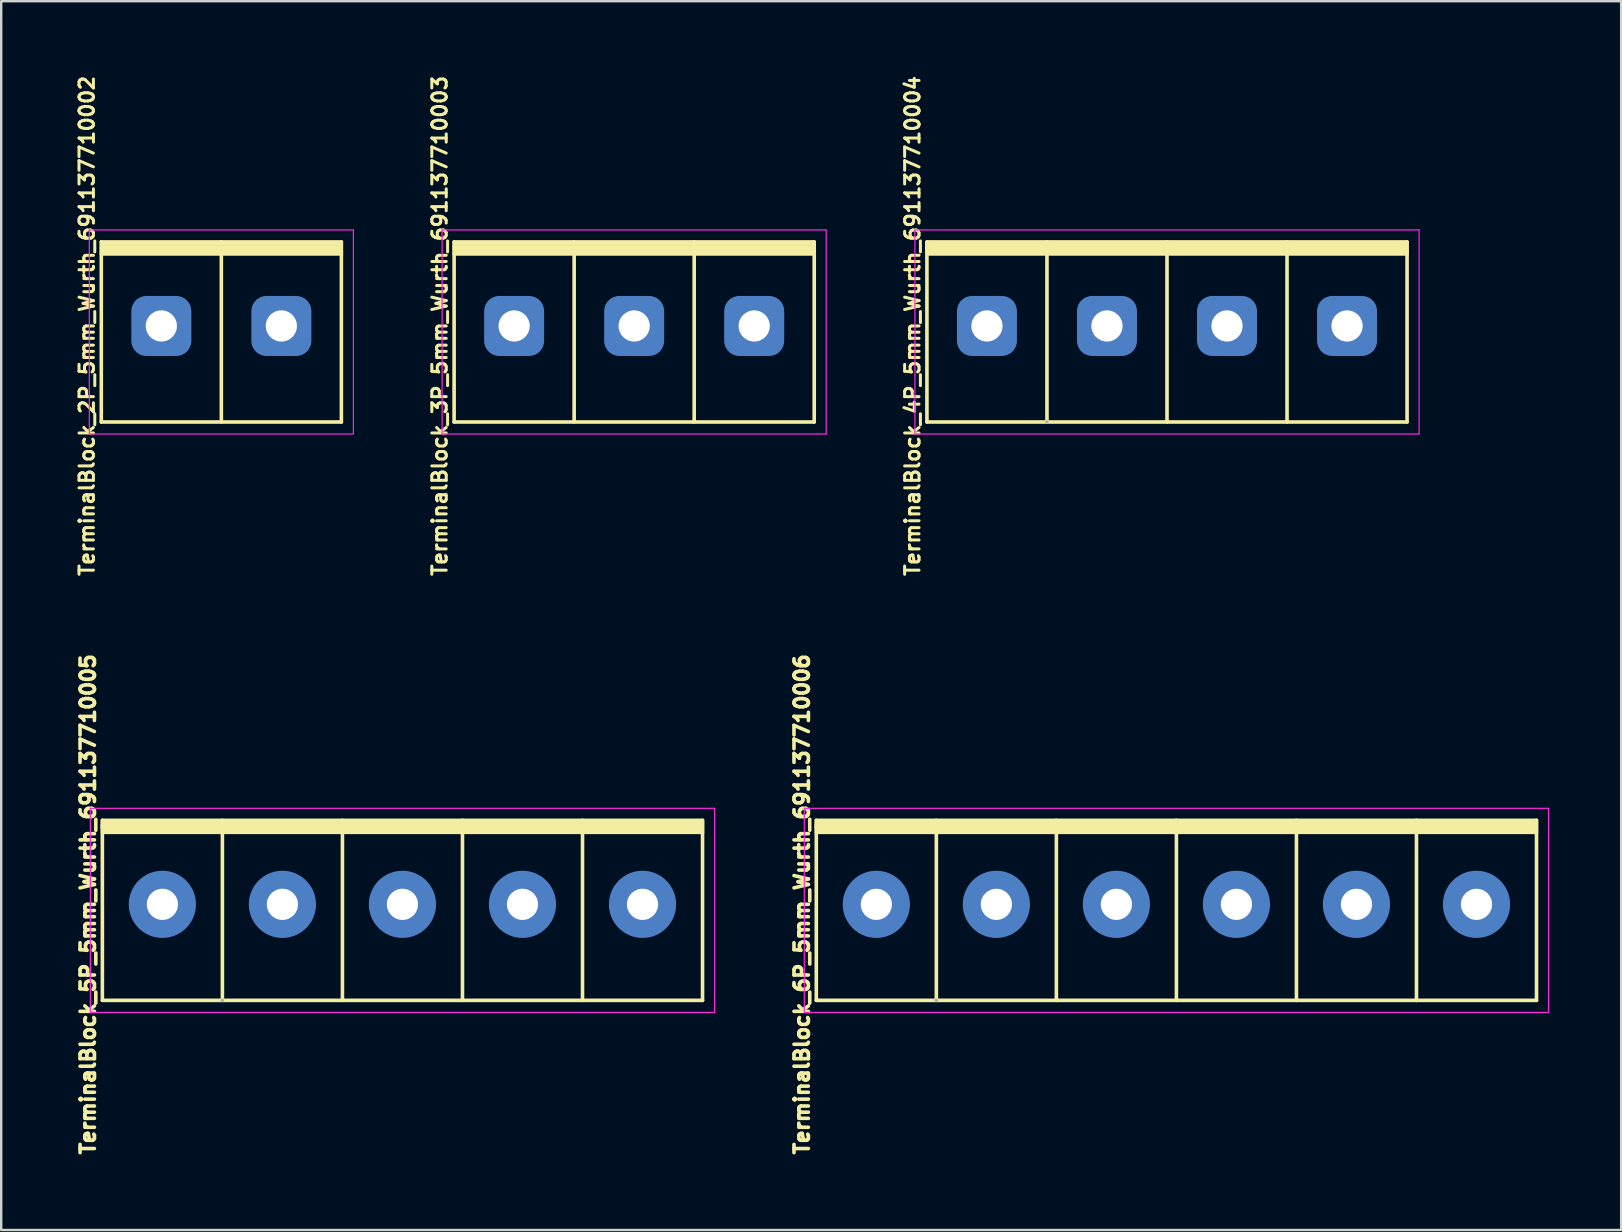
<source format=kicad_pcb>
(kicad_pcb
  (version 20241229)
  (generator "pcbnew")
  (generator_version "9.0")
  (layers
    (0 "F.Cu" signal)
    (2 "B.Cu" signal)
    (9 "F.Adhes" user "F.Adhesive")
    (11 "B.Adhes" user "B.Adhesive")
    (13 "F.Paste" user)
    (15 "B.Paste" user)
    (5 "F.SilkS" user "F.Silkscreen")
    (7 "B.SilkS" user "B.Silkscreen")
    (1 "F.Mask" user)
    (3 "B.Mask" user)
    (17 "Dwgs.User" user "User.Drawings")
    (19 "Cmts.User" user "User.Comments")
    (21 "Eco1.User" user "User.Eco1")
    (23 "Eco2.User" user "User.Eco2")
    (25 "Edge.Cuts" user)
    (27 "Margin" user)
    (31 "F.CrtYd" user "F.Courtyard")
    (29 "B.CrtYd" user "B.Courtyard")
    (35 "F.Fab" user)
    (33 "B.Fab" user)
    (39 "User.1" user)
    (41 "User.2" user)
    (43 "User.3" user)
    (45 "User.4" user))
  (footprint "TerminalBlock_5P_5mm_Wurth_691137710005"
    (layer "F.Cu")
    (at 13.714 38.62)
    (property "Reference" "TerminalBlock_5P_5mm_Wurth_691137710005" (at -13.1 -4 90) (layer "F.SilkS") (effects (font (size 0.6 0.6) (thickness 0.15))))
    (attr through_hole)
    (fp_line (start -12.5 -7.5) (end -12.5 0) (stroke (width 0.15) (type solid)) (layer "F.SilkS"))
    (fp_line (start -12.5 -7.3) (end 12.5 -7.3) (stroke (width 0.15) (type solid)) (layer "F.SilkS"))
    (fp_line (start -12.5 -7.2) (end -12.5 -7.3) (stroke (width 0.15) (type solid)) (layer "F.SilkS"))
    (fp_line (start -12.5 -7.1) (end 12.5 -7.1) (stroke (width 0.15) (type solid)) (layer "F.SilkS"))
    (fp_line (start -12.5 0) (end 12.5 0) (stroke (width 0.15) (type solid)) (layer "F.SilkS"))
    (fp_line (start -7.5 -7.5) (end -7.5 0) (stroke (width 0.15) (type solid)) (layer "F.SilkS"))
    (fp_line (start -2.5 -7.5) (end -2.5 0) (stroke (width 0.15) (type solid)) (layer "F.SilkS"))
    (fp_line (start 2.5 -7.3) (end 2.5 -7.4) (stroke (width 0.15) (type solid)) (layer "F.SilkS"))
    (fp_line (start 2.5 -7.1) (end 2.5 -7.2) (stroke (width 0.15) (type solid)) (layer "F.SilkS"))
    (fp_line (start 2.5 0) (end 2.5 -7.5) (stroke (width 0.15) (type solid)) (layer "F.SilkS"))
    (fp_line (start 7.5 -7.5) (end 7.5 0) (stroke (width 0.15) (type solid)) (layer "F.SilkS"))
    (fp_line (start 12.5 -7.5) (end -12.5 -7.5) (stroke (width 0.15) (type solid)) (layer "F.SilkS"))
    (fp_line (start 12.5 -7.5) (end 12.5 0) (stroke (width 0.15) (type solid)) (layer "F.SilkS"))
    (fp_line (start 12.5 -7.4) (end -12.5 -7.4) (stroke (width 0.15) (type solid)) (layer "F.SilkS"))
    (fp_line (start 12.5 -7.2) (end -12.5 -7.2) (stroke (width 0.15) (type solid)) (layer "F.SilkS"))
    (fp_line (start 12.5 -7) (end -12.5 -7) (stroke (width 0.15) (type solid)) (layer "F.SilkS"))
    (fp_line (start -13 -8) (end 13 -8) (stroke (width 0.05) (type solid)) (layer "F.CrtYd"))
    (fp_line (start -13 0.5) (end -13 -8) (stroke (width 0.05) (type solid)) (layer "F.CrtYd"))
    (fp_line (start 13 -8) (end 13 0.5) (stroke (width 0.05) (type solid)) (layer "F.CrtYd"))
    (fp_line (start 13 0.5) (end -13 0.5) (stroke (width 0.05) (type solid)) (layer "F.CrtYd"))
    (fp_line (start -10.35 -4.5) (end -9.65 -4.5) (stroke (width 0.01) (type solid)) (layer "F.Fab"))
    (fp_line (start -10.35 -3.5) (end -10.35 -4.5) (stroke (width 0.01) (type solid)) (layer "F.Fab"))
    (fp_line (start -9.65 -4.5) (end -9.65 -3.5) (stroke (width 0.01) (type solid)) (layer "F.Fab"))
    (fp_line (start -9.65 -3.5) (end -10.35 -3.5) (stroke (width 0.01) (type solid)) (layer "F.Fab"))
    (fp_line (start -7.5 0) (end -7.5 0) (stroke (width 0.15) (type solid)) (layer "F.Fab"))
    (pad "1" thru_hole circle (at -10 -4) (size 1.7 1.7) (drill 1.3) (layers "*.Cu" "*.Mask"))
    (pad "1" connect circle (at -10 -4) (size 2.8 2.8) (layers "B.Cu" "B.Mask"))
    (pad "2" thru_hole circle (at -5 -4) (size 1.7 1.7) (drill 1.3) (layers "*.Cu" "*.Mask"))
    (pad "2" connect circle (at -5 -4) (size 2.8 2.8) (layers "B.Cu" "B.Mask"))
    (pad "3" thru_hole circle (at 0 -4) (size 1.7 1.7) (drill 1.3) (layers "*.Cu" "*.Mask"))
    (pad "3" connect circle (at 0 -4) (size 2.8 2.8) (layers "B.Cu" "B.Mask"))
    (pad "4" thru_hole circle (at 5 -4) (size 1.7 1.7) (drill 1.3) (layers "*.Cu" "*.Mask"))
    (pad "4" connect circle (at 5 -4) (size 2.8 2.8) (layers "B.Cu" "B.Mask"))
    (pad "5" thru_hole circle (at 10 -4) (size 1.7 1.7) (drill 1.3) (layers "*.Cu" "*.Mask"))
    (pad "5" connect circle (at 10 -4) (size 2.8 2.8) (layers "B.Cu" "B.Mask")))
  (footprint "TerminalBlock_4P_5mm_Wurth_691137710004"
    (layer "F.Cu")
    (at 45.561 14.528)
    (property "Reference" "TerminalBlock_4P_5mm_Wurth_691137710004" (at -10.6 -4 90) (layer "F.SilkS") (effects (font (size 0.6 0.6) (thickness 0.125))))
    (attr through_hole)
    (fp_line (start -10 -7.5) (end -10 0) (stroke (width 0.15) (type solid)) (layer "F.SilkS"))
    (fp_line (start -10 -7.3) (end 10 -7.3) (stroke (width 0.15) (type solid)) (layer "F.SilkS"))
    (fp_line (start -10 -7.2) (end -10 -7.3) (stroke (width 0.15) (type solid)) (layer "F.SilkS"))
    (fp_line (start -10 -7.1) (end 10 -7.1) (stroke (width 0.15) (type solid)) (layer "F.SilkS"))
    (fp_line (start -10 0) (end 10 0) (stroke (width 0.15) (type solid)) (layer "F.SilkS"))
    (fp_line (start -5 -7.5) (end -5 0) (stroke (width 0.15) (type solid)) (layer "F.SilkS"))
    (fp_line (start 0 -7.5) (end 0 0) (stroke (width 0.15) (type solid)) (layer "F.SilkS"))
    (fp_line (start 5 -7.3) (end 5 -7.4) (stroke (width 0.15) (type solid)) (layer "F.SilkS"))
    (fp_line (start 5 -7.1) (end 5 -7.2) (stroke (width 0.15) (type solid)) (layer "F.SilkS"))
    (fp_line (start 5 0) (end 5 -7.5) (stroke (width 0.15) (type solid)) (layer "F.SilkS"))
    (fp_line (start 10 -7.5) (end -10 -7.5) (stroke (width 0.15) (type solid)) (layer "F.SilkS"))
    (fp_line (start 10 -7.5) (end 10 0) (stroke (width 0.15) (type solid)) (layer "F.SilkS"))
    (fp_line (start 10 -7.4) (end -10 -7.4) (stroke (width 0.15) (type solid)) (layer "F.SilkS"))
    (fp_line (start 10 -7.2) (end -10 -7.2) (stroke (width 0.15) (type solid)) (layer "F.SilkS"))
    (fp_line (start 10 -7) (end -10 -7) (stroke (width 0.15) (type solid)) (layer "F.SilkS"))
    (fp_line (start -10.5 -8) (end 10.5 -8) (stroke (width 0.05) (type solid)) (layer "F.CrtYd"))
    (fp_line (start -10.5 0.5) (end -10.5 -8) (stroke (width 0.05) (type solid)) (layer "F.CrtYd"))
    (fp_line (start 10.5 -8) (end 10.5 0.5) (stroke (width 0.05) (type solid)) (layer "F.CrtYd"))
    (fp_line (start 10.5 0.5) (end -10.5 0.5) (stroke (width 0.05) (type solid)) (layer "F.CrtYd"))
    (fp_line (start -7.85 -4.5) (end -7.15 -4.5) (stroke (width 0.01) (type solid)) (layer "F.Fab"))
    (fp_line (start -7.85 -3.5) (end -7.85 -4.5) (stroke (width 0.01) (type solid)) (layer "F.Fab"))
    (fp_line (start -7.15 -4.5) (end -7.15 -3.5) (stroke (width 0.01) (type solid)) (layer "F.Fab"))
    (fp_line (start -7.15 -3.5) (end -7.85 -3.5) (stroke (width 0.01) (type solid)) (layer "F.Fab"))
    (fp_line (start -5 0) (end -5 0) (stroke (width 0.15) (type solid)) (layer "F.Fab"))
    (pad "1" thru_hole circle (at -7.5 -4) (size 1.7 1.7) (drill 1.3) (layers "*.Cu" "*.Mask"))
    (pad "1" connect roundrect (at -7.5 -4) (size 2.5 2.5) (layers "B.Cu" "B.Mask") (roundrect_rratio 0.25))
    (pad "2" thru_hole circle (at -2.5 -4) (size 1.7 1.7) (drill 1.3) (layers "*.Cu" "*.Mask"))
    (pad "2" connect roundrect (at -2.5 -4) (size 2.5 2.5) (layers "B.Cu" "B.Mask") (roundrect_rratio 0.25))
    (pad "3" thru_hole circle (at 2.5 -4) (size 1.7 1.7) (drill 1.3) (layers "*.Cu" "*.Mask"))
    (pad "3" connect roundrect (at 2.5 -4) (size 2.5 2.5) (layers "B.Cu" "B.Mask") (roundrect_rratio 0.25))
    (pad "4" thru_hole circle (at 7.5 -4) (size 1.7 1.7) (drill 1.3) (layers "*.Cu" "*.Mask"))
    (pad "4" connect roundrect (at 7.5 -4) (size 2.5 2.5) (layers "B.Cu" "B.Mask") (roundrect_rratio 0.25)))
  (footprint "TerminalBlock_6P_5mm_Wurth_691137710006"
    (layer "F.Cu")
    (at 45.953 38.62)
    (property "Reference" "TerminalBlock_6P_5mm_Wurth_691137710006" (at -15.6 -4 90) (layer "F.SilkS") (effects (font (size 0.6 0.6) (thickness 0.15))))
    (attr through_hole)
    (fp_line (start -15 -7.5) (end -15 0) (stroke (width 0.15) (type solid)) (layer "F.SilkS"))
    (fp_line (start -15 -7.3) (end 15 -7.3) (stroke (width 0.15) (type solid)) (layer "F.SilkS"))
    (fp_line (start -15 -7.2) (end -15 -7.3) (stroke (width 0.15) (type solid)) (layer "F.SilkS"))
    (fp_line (start -15 -7.1) (end 15 -7.1) (stroke (width 0.15) (type solid)) (layer "F.SilkS"))
    (fp_line (start -15 0) (end 10 0) (stroke (width 0.15) (type solid)) (layer "F.SilkS"))
    (fp_line (start -10 -7.5) (end -10 0) (stroke (width 0.15) (type solid)) (layer "F.SilkS"))
    (fp_line (start -5 -7.5) (end -5 0) (stroke (width 0.15) (type solid)) (layer "F.SilkS"))
    (fp_line (start 0 -7.3) (end 0 -7.4) (stroke (width 0.15) (type solid)) (layer "F.SilkS"))
    (fp_line (start 0 -7.1) (end 0 -7.2) (stroke (width 0.15) (type solid)) (layer "F.SilkS"))
    (fp_line (start 0 0) (end 0 -7.5) (stroke (width 0.15) (type solid)) (layer "F.SilkS"))
    (fp_line (start 5 -7.5) (end 5 0) (stroke (width 0.15) (type solid)) (layer "F.SilkS"))
    (fp_line (start 10 -7.5) (end 10 0) (stroke (width 0.15) (type solid)) (layer "F.SilkS"))
    (fp_line (start 10 0) (end 15 0) (stroke (width 0.15) (type solid)) (layer "F.SilkS"))
    (fp_line (start 15 -7.5) (end -15 -7.5) (stroke (width 0.15) (type solid)) (layer "F.SilkS"))
    (fp_line (start 15 -7.4) (end -15 -7.4) (stroke (width 0.15) (type solid)) (layer "F.SilkS"))
    (fp_line (start 15 -7.2) (end -15 -7.2) (stroke (width 0.15) (type solid)) (layer "F.SilkS"))
    (fp_line (start 15 -7) (end -15 -7) (stroke (width 0.15) (type solid)) (layer "F.SilkS"))
    (fp_line (start 15 0) (end 15 -7.5) (stroke (width 0.15) (type solid)) (layer "F.SilkS"))
    (fp_line (start -15.5 -8) (end 15.5 -8) (stroke (width 0.05) (type solid)) (layer "F.CrtYd"))
    (fp_line (start -15.5 0.5) (end -15.5 -8) (stroke (width 0.05) (type solid)) (layer "F.CrtYd"))
    (fp_line (start 15.5 -8) (end 15.5 0.5) (stroke (width 0.05) (type solid)) (layer "F.CrtYd"))
    (fp_line (start 15.5 0.5) (end -15.5 0.5) (stroke (width 0.05) (type solid)) (layer "F.CrtYd"))
    (fp_line (start -12.85 -4.5) (end -12.15 -4.5) (stroke (width 0.01) (type solid)) (layer "F.Fab"))
    (fp_line (start -12.85 -3.5) (end -12.85 -4.5) (stroke (width 0.01) (type solid)) (layer "F.Fab"))
    (fp_line (start -12.15 -4.5) (end -12.15 -3.5) (stroke (width 0.01) (type solid)) (layer "F.Fab"))
    (fp_line (start -12.15 -3.5) (end -12.85 -3.5) (stroke (width 0.01) (type solid)) (layer "F.Fab"))
    (fp_line (start -10 0) (end -10 0) (stroke (width 0.15) (type solid)) (layer "F.Fab"))
    (pad "1" thru_hole circle (at -12.5 -4) (size 1.7 1.7) (drill 1.3) (layers "*.Cu" "*.Mask"))
    (pad "1" connect circle (at -12.5 -4) (size 2.8 2.8) (layers "B.Cu" "B.Mask"))
    (pad "2" thru_hole circle (at -7.5 -4) (size 1.7 1.7) (drill 1.3) (layers "*.Cu" "*.Mask"))
    (pad "2" connect circle (at -7.5 -4) (size 2.8 2.8) (layers "B.Cu" "B.Mask"))
    (pad "3" thru_hole circle (at -2.5 -4) (size 1.7 1.7) (drill 1.3) (layers "*.Cu" "*.Mask"))
    (pad "3" connect circle (at -2.5 -4) (size 2.8 2.8) (layers "B.Cu" "B.Mask"))
    (pad "4" thru_hole circle (at 2.5 -4) (size 1.7 1.7) (drill 1.3) (layers "*.Cu" "*.Mask"))
    (pad "4" connect circle (at 2.5 -4) (size 2.8 2.8) (layers "B.Cu" "B.Mask"))
    (pad "5" thru_hole circle (at 7.5 -4) (size 1.7 1.7) (drill 1.3) (layers "*.Cu" "*.Mask"))
    (pad "5" connect circle (at 7.5 -4) (size 2.8 2.8) (layers "B.Cu" "B.Mask"))
    (pad "6" thru_hole circle (at 12.5 -4) (size 1.7 1.7) (drill 1.3) (layers "*.Cu" "*.Mask"))
    (pad "6" connect circle (at 12.5 -4) (size 2.8 2.8) (layers "B.Cu" "B.Mask")))
  (footprint "TerminalBlock_2P_5mm_Wurth_691137710002"
    (layer "F.Cu")
    (at 6.17 14.528)
    (property "Reference" "TerminalBlock_2P_5mm_Wurth_691137710002" (at -5.6 -4 90) (layer "F.SilkS") (effects (font (size 0.6 0.6) (thickness 0.125))))
    (attr through_hole)
    (fp_line (start -5 -7.5) (end -5 0) (stroke (width 0.15) (type solid)) (layer "F.SilkS"))
    (fp_line (start -5 -7.3) (end 5 -7.3) (stroke (width 0.125) (type solid)) (layer "F.SilkS"))
    (fp_line (start -5 -7.2) (end -5 -7.3) (stroke (width 0.125) (type solid)) (layer "F.SilkS"))
    (fp_line (start -5 -7.1) (end 5 -7.1) (stroke (width 0.15) (type solid)) (layer "F.SilkS"))
    (fp_line (start -5 0) (end 5 0) (stroke (width 0.15) (type solid)) (layer "F.SilkS"))
    (fp_line (start 0 -7.5) (end 0 0) (stroke (width 0.15) (type solid)) (layer "F.SilkS"))
    (fp_line (start 5 -7.5) (end -5 -7.5) (stroke (width 0.15) (type solid)) (layer "F.SilkS"))
    (fp_line (start 5 -7.5) (end 5 0) (stroke (width 0.15) (type solid)) (layer "F.SilkS"))
    (fp_line (start 5 -7.4) (end -5 -7.4) (stroke (width 0.125) (type solid)) (layer "F.SilkS"))
    (fp_line (start 5 -7.2) (end -5 -7.2) (stroke (width 0.125) (type solid)) (layer "F.SilkS"))
    (fp_line (start 5 -7) (end -5 -7) (stroke (width 0.15) (type solid)) (layer "F.SilkS"))
    (fp_line (start -5.5 -8) (end 5.5 -8) (stroke (width 0.05) (type solid)) (layer "F.CrtYd"))
    (fp_line (start -5.5 0.5) (end -5.5 -8) (stroke (width 0.05) (type solid)) (layer "F.CrtYd"))
    (fp_line (start 5.5 -8) (end 5.5 0.5) (stroke (width 0.05) (type solid)) (layer "F.CrtYd"))
    (fp_line (start 5.5 0.5) (end -5.5 0.5) (stroke (width 0.05) (type solid)) (layer "F.CrtYd"))
    (fp_line (start -2.85 -4.5) (end -2.15 -4.5) (stroke (width 0.01) (type solid)) (layer "F.Fab"))
    (fp_line (start -2.85 -3.5) (end -2.85 -4.5) (stroke (width 0.01) (type solid)) (layer "F.Fab"))
    (fp_line (start -2.15 -4.5) (end -2.15 -3.5) (stroke (width 0.01) (type solid)) (layer "F.Fab"))
    (fp_line (start -2.15 -3.5) (end -2.85 -3.5) (stroke (width 0.01) (type solid)) (layer "F.Fab"))
    (pad "1" thru_hole circle (at -2.5 -4) (size 1.7 1.7) (drill 1.3) (layers "*.Cu" "*.Mask"))
    (pad "1" connect roundrect (at -2.5 -4) (size 2.5 2.5) (layers "B.Cu" "B.Mask") (roundrect_rratio 0.25))
    (pad "2" thru_hole circle (at 2.5 -4) (size 1.7 1.7) (drill 1.3) (layers "*.Cu" "*.Mask"))
    (pad "2" connect roundrect (at 2.5 -4) (size 2.5 2.5) (layers "B.Cu" "B.Mask") (roundrect_rratio 0.25)))
  (footprint "TerminalBlock_3P_5mm_Wurth_691137710003"
    (layer "F.Cu")
    (at 23.366 14.528)
    (property "Reference" "TerminalBlock_3P_5mm_Wurth_691137710003" (at -8.1 -4 90) (layer "F.SilkS") (effects (font (size 0.6 0.6) (thickness 0.125))))
    (attr through_hole)
    (fp_line (start -7.5 -7.5) (end -7.5 0) (stroke (width 0.15) (type solid)) (layer "F.SilkS"))
    (fp_line (start -7.5 -7.3) (end 7.5 -7.3) (stroke (width 0.125) (type solid)) (layer "F.SilkS"))
    (fp_line (start -7.5 -7.2) (end -7.5 -7.3) (stroke (width 0.125) (type solid)) (layer "F.SilkS"))
    (fp_line (start -7.5 -7.1) (end 7.5 -7.1) (stroke (width 0.125) (type solid)) (layer "F.SilkS"))
    (fp_line (start -7.5 0) (end 7.5 0) (stroke (width 0.15) (type solid)) (layer "F.SilkS"))
    (fp_line (start -2.5 -7.5) (end -2.5 0) (stroke (width 0.15) (type solid)) (layer "F.SilkS"))
    (fp_line (start 2.5 -7.5) (end 2.5 0) (stroke (width 0.15) (type solid)) (layer "F.SilkS"))
    (fp_line (start 7.5 -7.5) (end -7.5 -7.5) (stroke (width 0.15) (type solid)) (layer "F.SilkS"))
    (fp_line (start 7.5 -7.4) (end -7.5 -7.4) (stroke (width 0.125) (type solid)) (layer "F.SilkS"))
    (fp_line (start 7.5 -7.3) (end 7.5 -7.4) (stroke (width 0.125) (type solid)) (layer "F.SilkS"))
    (fp_line (start 7.5 -7.2) (end -7.5 -7.2) (stroke (width 0.125) (type solid)) (layer "F.SilkS"))
    (fp_line (start 7.5 -7.1) (end 7.5 -7.2) (stroke (width 0.125) (type solid)) (layer "F.SilkS"))
    (fp_line (start 7.5 -7) (end -7.5 -7) (stroke (width 0.15) (type solid)) (layer "F.SilkS"))
    (fp_line (start 7.5 0) (end 7.5 -7.5) (stroke (width 0.15) (type solid)) (layer "F.SilkS"))
    (fp_line (start -8 -8) (end 8 -8) (stroke (width 0.05) (type solid)) (layer "F.CrtYd"))
    (fp_line (start -8 0.5) (end -8 -8) (stroke (width 0.05) (type solid)) (layer "F.CrtYd"))
    (fp_line (start 8 -8) (end 8 0.5) (stroke (width 0.05) (type solid)) (layer "F.CrtYd"))
    (fp_line (start 8 0.5) (end -8 0.5) (stroke (width 0.05) (type solid)) (layer "F.CrtYd"))
    (fp_line (start -5.35 -4.5) (end -4.65 -4.5) (stroke (width 0.01) (type solid)) (layer "F.Fab"))
    (fp_line (start -5.35 -3.5) (end -5.35 -4.5) (stroke (width 0.01) (type solid)) (layer "F.Fab"))
    (fp_line (start -4.65 -4.5) (end -4.65 -3.5) (stroke (width 0.01) (type solid)) (layer "F.Fab"))
    (fp_line (start -4.65 -3.5) (end -5.35 -3.5) (stroke (width 0.01) (type solid)) (layer "F.Fab"))
    (pad "1" thru_hole circle (at -5 -4) (size 1.7 1.7) (drill 1.3) (layers "*.Cu" "*.Mask"))
    (pad "1" connect roundrect (at -5 -4) (size 2.5 2.5) (layers "B.Cu" "B.Mask") (roundrect_rratio 0.25))
    (pad "2" thru_hole circle (at 0 -4) (size 1.7 1.7) (drill 1.3) (layers "*.Cu" "*.Mask"))
    (pad "2" connect roundrect (at 0 -4) (size 2.5 2.5) (layers "B.Cu" "B.Mask") (roundrect_rratio 0.25))
    (pad "3" thru_hole circle (at 5 -4) (size 1.7 1.7) (drill 1.3) (layers "*.Cu" "*.Mask"))
    (pad "3" connect roundrect (at 5 -4) (size 2.5 2.5) (layers "B.Cu" "B.Mask") (roundrect_rratio 0.25)))
  (gr_rect
    (start -3 -3)
    (end 64.478 48.185)
    (stroke (width 0.1) (type default))
    (fill no)
    (layer "Edge.Cuts")))
</source>
